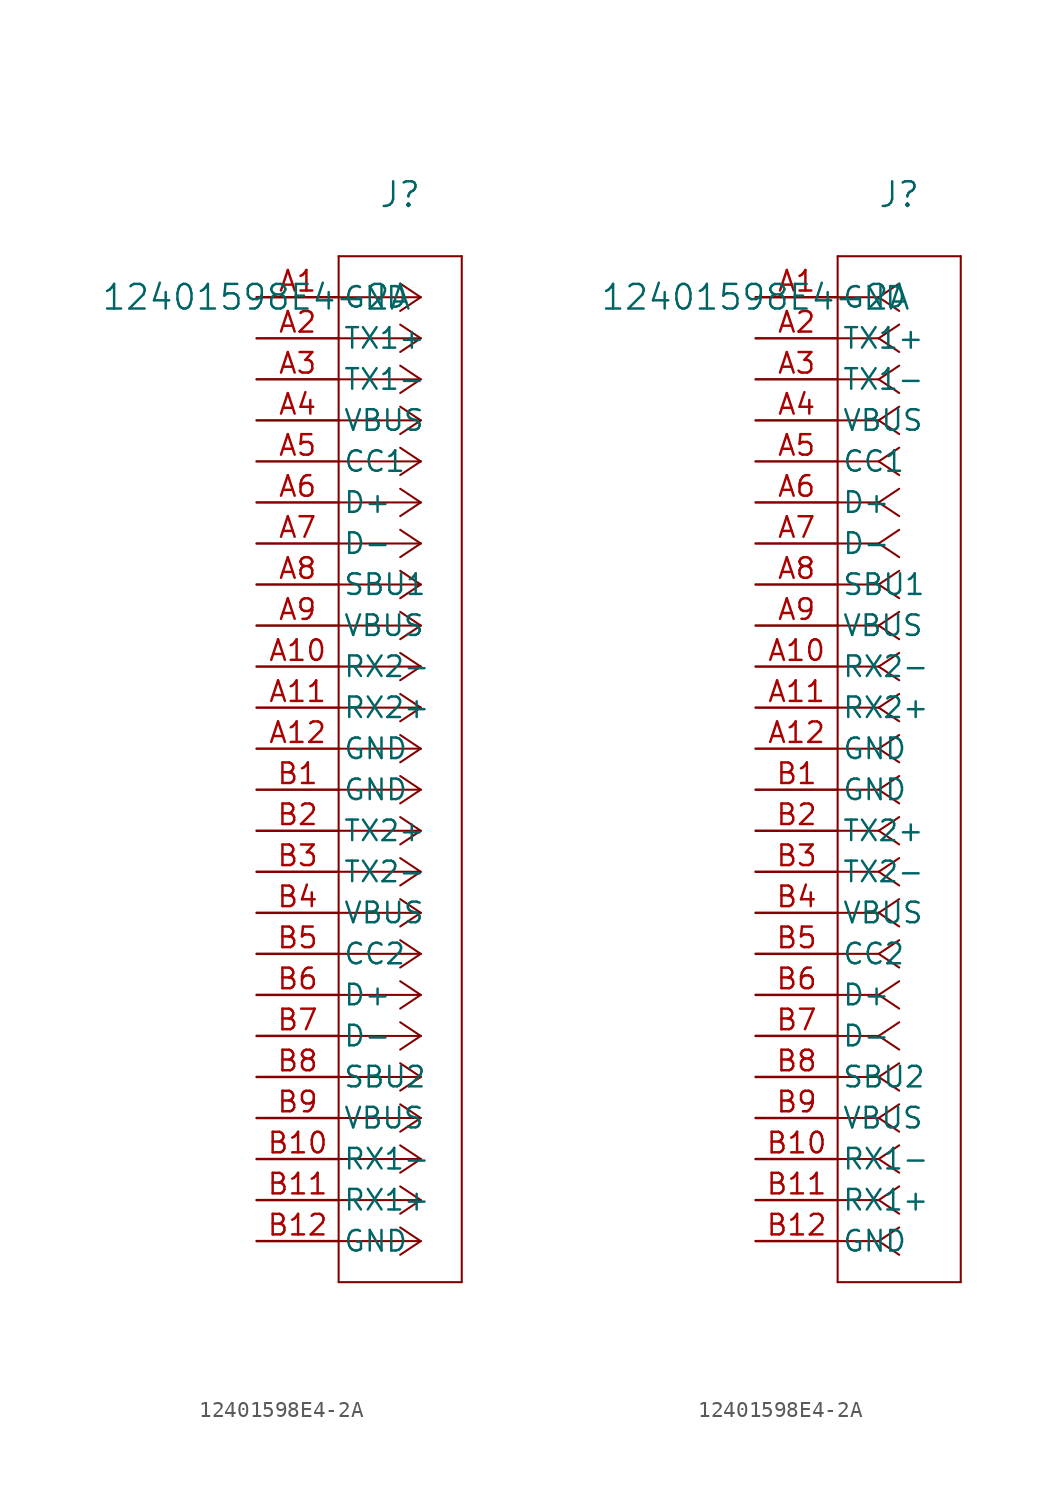
<source format=kicad_sym>
(kicad_symbol_lib
  (version 20211014)
  (generator kicad_symbol_editor)
  (symbol "12401598E4-2A"
    (pin_names
      (offset 0.254))
    (property "Reference" "J"
      (at 8.89 6.35 0)
      (effects (font (size 1.524 1.524))))
    (property "Value" "12401598E4-2A"
      (at 0 0 0)
      (effects (font (size 1.524 1.524))))
    (symbol "12401598E4-2A_1_1"
      (polyline (pts (xy 10.16 0) (xy 5.08 0)) (stroke (width 0.127) (type default) (color 0 0 0 0)) (fill (type none)))
      (polyline (pts (xy 10.16 -2.54) (xy 5.08 -2.54)) (stroke (width 0.127) (type default) (color 0 0 0 0)) (fill (type none)))
      (polyline (pts (xy 10.16 -5.08) (xy 5.08 -5.08)) (stroke (width 0.127) (type default) (color 0 0 0 0)) (fill (type none)))
      (polyline (pts (xy 10.16 -7.62) (xy 5.08 -7.62)) (stroke (width 0.127) (type default) (color 0 0 0 0)) (fill (type none)))
      (polyline (pts (xy 10.16 -10.16) (xy 5.08 -10.16)) (stroke (width 0.127) (type default) (color 0 0 0 0)) (fill (type none)))
      (polyline (pts (xy 10.16 -12.7) (xy 5.08 -12.7)) (stroke (width 0.127) (type default) (color 0 0 0 0)) (fill (type none)))
      (polyline (pts (xy 10.16 -15.24) (xy 5.08 -15.24)) (stroke (width 0.127) (type default) (color 0 0 0 0)) (fill (type none)))
      (polyline (pts (xy 10.16 -17.78) (xy 5.08 -17.78)) (stroke (width 0.127) (type default) (color 0 0 0 0)) (fill (type none)))
      (polyline (pts (xy 10.16 -20.32) (xy 5.08 -20.32)) (stroke (width 0.127) (type default) (color 0 0 0 0)) (fill (type none)))
      (polyline (pts (xy 10.16 -22.86) (xy 5.08 -22.86)) (stroke (width 0.127) (type default) (color 0 0 0 0)) (fill (type none)))
      (polyline (pts (xy 10.16 -25.4) (xy 5.08 -25.4)) (stroke (width 0.127) (type default) (color 0 0 0 0)) (fill (type none)))
      (polyline (pts (xy 10.16 -27.94) (xy 5.08 -27.94)) (stroke (width 0.127) (type default) (color 0 0 0 0)) (fill (type none)))
      (polyline (pts (xy 10.16 -30.48) (xy 5.08 -30.48)) (stroke (width 0.127) (type default) (color 0 0 0 0)) (fill (type none)))
      (polyline (pts (xy 10.16 -33.02) (xy 5.08 -33.02)) (stroke (width 0.127) (type default) (color 0 0 0 0)) (fill (type none)))
      (polyline (pts (xy 10.16 -35.56) (xy 5.08 -35.56)) (stroke (width 0.127) (type default) (color 0 0 0 0)) (fill (type none)))
      (polyline (pts (xy 10.16 -38.1) (xy 5.08 -38.1)) (stroke (width 0.127) (type default) (color 0 0 0 0)) (fill (type none)))
      (polyline (pts (xy 10.16 -40.64) (xy 5.08 -40.64)) (stroke (width 0.127) (type default) (color 0 0 0 0)) (fill (type none)))
      (polyline (pts (xy 10.16 -43.18) (xy 5.08 -43.18)) (stroke (width 0.127) (type default) (color 0 0 0 0)) (fill (type none)))
      (polyline (pts (xy 10.16 -45.72) (xy 5.08 -45.72)) (stroke (width 0.127) (type default) (color 0 0 0 0)) (fill (type none)))
      (polyline (pts (xy 10.16 -48.26) (xy 5.08 -48.26)) (stroke (width 0.127) (type default) (color 0 0 0 0)) (fill (type none)))
      (polyline (pts (xy 10.16 -50.8) (xy 5.08 -50.8)) (stroke (width 0.127) (type default) (color 0 0 0 0)) (fill (type none)))
      (polyline (pts (xy 10.16 -53.34) (xy 5.08 -53.34)) (stroke (width 0.127) (type default) (color 0 0 0 0)) (fill (type none)))
      (polyline (pts (xy 10.16 -55.88) (xy 5.08 -55.88)) (stroke (width 0.127) (type default) (color 0 0 0 0)) (fill (type none)))
      (polyline (pts (xy 10.16 -58.42) (xy 5.08 -58.42)) (stroke (width 0.127) (type default) (color 0 0 0 0)) (fill (type none)))
      (polyline (pts (xy 10.16 0) (xy 8.89 0.847)) (stroke (width 0.127) (type default) (color 0 0 0 0)) (fill (type none)))
      (polyline (pts (xy 10.16 -2.54) (xy 8.89 -1.693)) (stroke (width 0.127) (type default) (color 0 0 0 0)) (fill (type none)))
      (polyline (pts (xy 10.16 -5.08) (xy 8.89 -4.233)) (stroke (width 0.127) (type default) (color 0 0 0 0)) (fill (type none)))
      (polyline (pts (xy 10.16 -7.62) (xy 8.89 -6.773)) (stroke (width 0.127) (type default) (color 0 0 0 0)) (fill (type none)))
      (polyline (pts (xy 10.16 -10.16) (xy 8.89 -9.313)) (stroke (width 0.127) (type default) (color 0 0 0 0)) (fill (type none)))
      (polyline (pts (xy 10.16 -12.7) (xy 8.89 -11.853)) (stroke (width 0.127) (type default) (color 0 0 0 0)) (fill (type none)))
      (polyline (pts (xy 10.16 -15.24) (xy 8.89 -14.393)) (stroke (width 0.127) (type default) (color 0 0 0 0)) (fill (type none)))
      (polyline (pts (xy 10.16 -17.78) (xy 8.89 -16.933)) (stroke (width 0.127) (type default) (color 0 0 0 0)) (fill (type none)))
      (polyline (pts (xy 10.16 -20.32) (xy 8.89 -19.473)) (stroke (width 0.127) (type default) (color 0 0 0 0)) (fill (type none)))
      (polyline (pts (xy 10.16 -22.86) (xy 8.89 -22.013)) (stroke (width 0.127) (type default) (color 0 0 0 0)) (fill (type none)))
      (polyline (pts (xy 10.16 -25.4) (xy 8.89 -24.553)) (stroke (width 0.127) (type default) (color 0 0 0 0)) (fill (type none)))
      (polyline (pts (xy 10.16 -27.94) (xy 8.89 -27.093)) (stroke (width 0.127) (type default) (color 0 0 0 0)) (fill (type none)))
      (polyline (pts (xy 10.16 -30.48) (xy 8.89 -29.633)) (stroke (width 0.127) (type default) (color 0 0 0 0)) (fill (type none)))
      (polyline (pts (xy 10.16 -33.02) (xy 8.89 -32.173)) (stroke (width 0.127) (type default) (color 0 0 0 0)) (fill (type none)))
      (polyline (pts (xy 10.16 -35.56) (xy 8.89 -34.713)) (stroke (width 0.127) (type default) (color 0 0 0 0)) (fill (type none)))
      (polyline (pts (xy 10.16 -38.1) (xy 8.89 -37.253)) (stroke (width 0.127) (type default) (color 0 0 0 0)) (fill (type none)))
      (polyline (pts (xy 10.16 -40.64) (xy 8.89 -39.793)) (stroke (width 0.127) (type default) (color 0 0 0 0)) (fill (type none)))
      (polyline (pts (xy 10.16 -43.18) (xy 8.89 -42.333)) (stroke (width 0.127) (type default) (color 0 0 0 0)) (fill (type none)))
      (polyline (pts (xy 10.16 -45.72) (xy 8.89 -44.873)) (stroke (width 0.127) (type default) (color 0 0 0 0)) (fill (type none)))
      (polyline (pts (xy 10.16 -48.26) (xy 8.89 -47.413)) (stroke (width 0.127) (type default) (color 0 0 0 0)) (fill (type none)))
      (polyline (pts (xy 10.16 -50.8) (xy 8.89 -49.953)) (stroke (width 0.127) (type default) (color 0 0 0 0)) (fill (type none)))
      (polyline (pts (xy 10.16 -53.34) (xy 8.89 -52.493)) (stroke (width 0.127) (type default) (color 0 0 0 0)) (fill (type none)))
      (polyline (pts (xy 10.16 -55.88) (xy 8.89 -55.033)) (stroke (width 0.127) (type default) (color 0 0 0 0)) (fill (type none)))
      (polyline (pts (xy 10.16 -58.42) (xy 8.89 -57.573)) (stroke (width 0.127) (type default) (color 0 0 0 0)) (fill (type none)))
      (polyline (pts (xy 10.16 0) (xy 8.89 -0.847)) (stroke (width 0.127) (type default) (color 0 0 0 0)) (fill (type none)))
      (polyline (pts (xy 10.16 -2.54) (xy 8.89 -3.387)) (stroke (width 0.127) (type default) (color 0 0 0 0)) (fill (type none)))
      (polyline (pts (xy 10.16 -5.08) (xy 8.89 -5.927)) (stroke (width 0.127) (type default) (color 0 0 0 0)) (fill (type none)))
      (polyline (pts (xy 10.16 -7.62) (xy 8.89 -8.467)) (stroke (width 0.127) (type default) (color 0 0 0 0)) (fill (type none)))
      (polyline (pts (xy 10.16 -10.16) (xy 8.89 -11.007)) (stroke (width 0.127) (type default) (color 0 0 0 0)) (fill (type none)))
      (polyline (pts (xy 10.16 -12.7) (xy 8.89 -13.547)) (stroke (width 0.127) (type default) (color 0 0 0 0)) (fill (type none)))
      (polyline (pts (xy 10.16 -15.24) (xy 8.89 -16.087)) (stroke (width 0.127) (type default) (color 0 0 0 0)) (fill (type none)))
      (polyline (pts (xy 10.16 -17.78) (xy 8.89 -18.627)) (stroke (width 0.127) (type default) (color 0 0 0 0)) (fill (type none)))
      (polyline (pts (xy 10.16 -20.32) (xy 8.89 -21.167)) (stroke (width 0.127) (type default) (color 0 0 0 0)) (fill (type none)))
      (polyline (pts (xy 10.16 -22.86) (xy 8.89 -23.707)) (stroke (width 0.127) (type default) (color 0 0 0 0)) (fill (type none)))
      (polyline (pts (xy 10.16 -25.4) (xy 8.89 -26.247)) (stroke (width 0.127) (type default) (color 0 0 0 0)) (fill (type none)))
      (polyline (pts (xy 10.16 -27.94) (xy 8.89 -28.787)) (stroke (width 0.127) (type default) (color 0 0 0 0)) (fill (type none)))
      (polyline (pts (xy 10.16 -30.48) (xy 8.89 -31.327)) (stroke (width 0.127) (type default) (color 0 0 0 0)) (fill (type none)))
      (polyline (pts (xy 10.16 -33.02) (xy 8.89 -33.867)) (stroke (width 0.127) (type default) (color 0 0 0 0)) (fill (type none)))
      (polyline (pts (xy 10.16 -35.56) (xy 8.89 -36.407)) (stroke (width 0.127) (type default) (color 0 0 0 0)) (fill (type none)))
      (polyline (pts (xy 10.16 -38.1) (xy 8.89 -38.947)) (stroke (width 0.127) (type default) (color 0 0 0 0)) (fill (type none)))
      (polyline (pts (xy 10.16 -40.64) (xy 8.89 -41.487)) (stroke (width 0.127) (type default) (color 0 0 0 0)) (fill (type none)))
      (polyline (pts (xy 10.16 -43.18) (xy 8.89 -44.027)) (stroke (width 0.127) (type default) (color 0 0 0 0)) (fill (type none)))
      (polyline (pts (xy 10.16 -45.72) (xy 8.89 -46.567)) (stroke (width 0.127) (type default) (color 0 0 0 0)) (fill (type none)))
      (polyline (pts (xy 10.16 -48.26) (xy 8.89 -49.107)) (stroke (width 0.127) (type default) (color 0 0 0 0)) (fill (type none)))
      (polyline (pts (xy 10.16 -50.8) (xy 8.89 -51.647)) (stroke (width 0.127) (type default) (color 0 0 0 0)) (fill (type none)))
      (polyline (pts (xy 10.16 -53.34) (xy 8.89 -54.187)) (stroke (width 0.127) (type default) (color 0 0 0 0)) (fill (type none)))
      (polyline (pts (xy 10.16 -55.88) (xy 8.89 -56.727)) (stroke (width 0.127) (type default) (color 0 0 0 0)) (fill (type none)))
      (polyline (pts (xy 10.16 -58.42) (xy 8.89 -59.267)) (stroke (width 0.127) (type default) (color 0 0 0 0)) (fill (type none)))
      (polyline (pts (xy 5.08 2.54) (xy 5.08 -60.96)) (stroke (width 0.127) (type default) (color 0 0 0 0)) (fill (type none)))
      (polyline (pts (xy 5.08 -60.96) (xy 12.7 -60.96)) (stroke (width 0.127) (type default) (color 0 0 0 0)) (fill (type none)))
      (polyline (pts (xy 12.7 -60.96) (xy 12.7 2.54)) (stroke (width 0.127) (type default) (color 0 0 0 0)) (fill (type none)))
      (polyline (pts (xy 12.7 2.54) (xy 5.08 2.54)) (stroke (width 0.127) (type default) (color 0 0 0 0)) (fill (type none)))
      (pin power_out line (at 0 0 0) (length 5.08) (name "GND" (effects (font (size 1.27 1.27)))) (number "A1" (effects (font (size 1.27 1.27)))))
      (pin bidirectional line (at 0 -2.54 0) (length 5.08) (name "TX1+" (effects (font (size 1.27 1.27)))) (number "A2" (effects (font (size 1.27 1.27)))))
      (pin bidirectional line (at 0 -5.08 0) (length 5.08) (name "TX1-" (effects (font (size 1.27 1.27)))) (number "A3" (effects (font (size 1.27 1.27)))))
      (pin power_in line (at 0 -7.62 0) (length 5.08) (name "VBUS" (effects (font (size 1.27 1.27)))) (number "A4" (effects (font (size 1.27 1.27)))))
      (pin bidirectional line (at 0 -10.16 0) (length 5.08) (name "CC1" (effects (font (size 1.27 1.27)))) (number "A5" (effects (font (size 1.27 1.27)))))
      (pin bidirectional line (at 0 -12.7 0) (length 5.08) (name "D+" (effects (font (size 1.27 1.27)))) (number "A6" (effects (font (size 1.27 1.27)))))
      (pin bidirectional line (at 0 -15.24 0) (length 5.08) (name "D-" (effects (font (size 1.27 1.27)))) (number "A7" (effects (font (size 1.27 1.27)))))
      (pin bidirectional line (at 0 -17.78 0) (length 5.08) (name "SBU1" (effects (font (size 1.27 1.27)))) (number "A8" (effects (font (size 1.27 1.27)))))
      (pin power_in line (at 0 -20.32 0) (length 5.08) (name "VBUS" (effects (font (size 1.27 1.27)))) (number "A9" (effects (font (size 1.27 1.27)))))
      (pin bidirectional line (at 0 -22.86 0) (length 5.08) (name "RX2-" (effects (font (size 1.27 1.27)))) (number "A10" (effects (font (size 1.27 1.27)))))
      (pin bidirectional line (at 0 -25.4 0) (length 5.08) (name "RX2+" (effects (font (size 1.27 1.27)))) (number "A11" (effects (font (size 1.27 1.27)))))
      (pin power_out line (at 0 -27.94 0) (length 5.08) (name "GND" (effects (font (size 1.27 1.27)))) (number "A12" (effects (font (size 1.27 1.27)))))
      (pin power_out line (at 0 -30.48 0) (length 5.08) (name "GND" (effects (font (size 1.27 1.27)))) (number "B1" (effects (font (size 1.27 1.27)))))
      (pin bidirectional line (at 0 -33.02 0) (length 5.08) (name "TX2+" (effects (font (size 1.27 1.27)))) (number "B2" (effects (font (size 1.27 1.27)))))
      (pin bidirectional line (at 0 -35.56 0) (length 5.08) (name "TX2-" (effects (font (size 1.27 1.27)))) (number "B3" (effects (font (size 1.27 1.27)))))
      (pin power_in line (at 0 -38.1 0) (length 5.08) (name "VBUS" (effects (font (size 1.27 1.27)))) (number "B4" (effects (font (size 1.27 1.27)))))
      (pin bidirectional line (at 0 -40.64 0) (length 5.08) (name "CC2" (effects (font (size 1.27 1.27)))) (number "B5" (effects (font (size 1.27 1.27)))))
      (pin bidirectional line (at 0 -43.18 0) (length 5.08) (name "D+" (effects (font (size 1.27 1.27)))) (number "B6" (effects (font (size 1.27 1.27)))))
      (pin bidirectional line (at 0 -45.72 0) (length 5.08) (name "D-" (effects (font (size 1.27 1.27)))) (number "B7" (effects (font (size 1.27 1.27)))))
      (pin bidirectional line (at 0 -48.26 0) (length 5.08) (name "SBU2" (effects (font (size 1.27 1.27)))) (number "B8" (effects (font (size 1.27 1.27)))))
      (pin power_in line (at 0 -50.8 0) (length 5.08) (name "VBUS" (effects (font (size 1.27 1.27)))) (number "B9" (effects (font (size 1.27 1.27)))))
      (pin bidirectional line (at 0 -53.34 0) (length 5.08) (name "RX1-" (effects (font (size 1.27 1.27)))) (number "B10" (effects (font (size 1.27 1.27)))))
      (pin bidirectional line (at 0 -55.88 0) (length 5.08) (name "RX1+" (effects (font (size 1.27 1.27)))) (number "B11" (effects (font (size 1.27 1.27)))))
      (pin power_out line (at 0 -58.42 0) (length 5.08) (name "GND" (effects (font (size 1.27 1.27)))) (number "B12" (effects (font (size 1.27 1.27))))))
    (symbol "12401598E4-2A_1_2"
      (polyline (pts (xy 7.62 0) (xy 5.08 0)) (stroke (width 0.127) (type default) (color 0 0 0 0)) (fill (type none)))
      (polyline (pts (xy 7.62 -2.54) (xy 5.08 -2.54)) (stroke (width 0.127) (type default) (color 0 0 0 0)) (fill (type none)))
      (polyline (pts (xy 7.62 -5.08) (xy 5.08 -5.08)) (stroke (width 0.127) (type default) (color 0 0 0 0)) (fill (type none)))
      (polyline (pts (xy 7.62 -7.62) (xy 5.08 -7.62)) (stroke (width 0.127) (type default) (color 0 0 0 0)) (fill (type none)))
      (polyline (pts (xy 7.62 -10.16) (xy 5.08 -10.16)) (stroke (width 0.127) (type default) (color 0 0 0 0)) (fill (type none)))
      (polyline (pts (xy 7.62 -12.7) (xy 5.08 -12.7)) (stroke (width 0.127) (type default) (color 0 0 0 0)) (fill (type none)))
      (polyline (pts (xy 7.62 -15.24) (xy 5.08 -15.24)) (stroke (width 0.127) (type default) (color 0 0 0 0)) (fill (type none)))
      (polyline (pts (xy 7.62 -17.78) (xy 5.08 -17.78)) (stroke (width 0.127) (type default) (color 0 0 0 0)) (fill (type none)))
      (polyline (pts (xy 7.62 -20.32) (xy 5.08 -20.32)) (stroke (width 0.127) (type default) (color 0 0 0 0)) (fill (type none)))
      (polyline (pts (xy 7.62 -22.86) (xy 5.08 -22.86)) (stroke (width 0.127) (type default) (color 0 0 0 0)) (fill (type none)))
      (polyline (pts (xy 7.62 -25.4) (xy 5.08 -25.4)) (stroke (width 0.127) (type default) (color 0 0 0 0)) (fill (type none)))
      (polyline (pts (xy 7.62 -27.94) (xy 5.08 -27.94)) (stroke (width 0.127) (type default) (color 0 0 0 0)) (fill (type none)))
      (polyline (pts (xy 7.62 -30.48) (xy 5.08 -30.48)) (stroke (width 0.127) (type default) (color 0 0 0 0)) (fill (type none)))
      (polyline (pts (xy 7.62 -33.02) (xy 5.08 -33.02)) (stroke (width 0.127) (type default) (color 0 0 0 0)) (fill (type none)))
      (polyline (pts (xy 7.62 -35.56) (xy 5.08 -35.56)) (stroke (width 0.127) (type default) (color 0 0 0 0)) (fill (type none)))
      (polyline (pts (xy 7.62 -38.1) (xy 5.08 -38.1)) (stroke (width 0.127) (type default) (color 0 0 0 0)) (fill (type none)))
      (polyline (pts (xy 7.62 -40.64) (xy 5.08 -40.64)) (stroke (width 0.127) (type default) (color 0 0 0 0)) (fill (type none)))
      (polyline (pts (xy 7.62 -43.18) (xy 5.08 -43.18)) (stroke (width 0.127) (type default) (color 0 0 0 0)) (fill (type none)))
      (polyline (pts (xy 7.62 -45.72) (xy 5.08 -45.72)) (stroke (width 0.127) (type default) (color 0 0 0 0)) (fill (type none)))
      (polyline (pts (xy 7.62 -48.26) (xy 5.08 -48.26)) (stroke (width 0.127) (type default) (color 0 0 0 0)) (fill (type none)))
      (polyline (pts (xy 7.62 -50.8) (xy 5.08 -50.8)) (stroke (width 0.127) (type default) (color 0 0 0 0)) (fill (type none)))
      (polyline (pts (xy 7.62 -53.34) (xy 5.08 -53.34)) (stroke (width 0.127) (type default) (color 0 0 0 0)) (fill (type none)))
      (polyline (pts (xy 7.62 -55.88) (xy 5.08 -55.88)) (stroke (width 0.127) (type default) (color 0 0 0 0)) (fill (type none)))
      (polyline (pts (xy 7.62 -58.42) (xy 5.08 -58.42)) (stroke (width 0.127) (type default) (color 0 0 0 0)) (fill (type none)))
      (polyline (pts (xy 7.62 0) (xy 8.89 0.847)) (stroke (width 0.127) (type default) (color 0 0 0 0)) (fill (type none)))
      (polyline (pts (xy 7.62 -2.54) (xy 8.89 -1.693)) (stroke (width 0.127) (type default) (color 0 0 0 0)) (fill (type none)))
      (polyline (pts (xy 7.62 -5.08) (xy 8.89 -4.233)) (stroke (width 0.127) (type default) (color 0 0 0 0)) (fill (type none)))
      (polyline (pts (xy 7.62 -7.62) (xy 8.89 -6.773)) (stroke (width 0.127) (type default) (color 0 0 0 0)) (fill (type none)))
      (polyline (pts (xy 7.62 -10.16) (xy 8.89 -9.313)) (stroke (width 0.127) (type default) (color 0 0 0 0)) (fill (type none)))
      (polyline (pts (xy 7.62 -12.7) (xy 8.89 -11.853)) (stroke (width 0.127) (type default) (color 0 0 0 0)) (fill (type none)))
      (polyline (pts (xy 7.62 -15.24) (xy 8.89 -14.393)) (stroke (width 0.127) (type default) (color 0 0 0 0)) (fill (type none)))
      (polyline (pts (xy 7.62 -17.78) (xy 8.89 -16.933)) (stroke (width 0.127) (type default) (color 0 0 0 0)) (fill (type none)))
      (polyline (pts (xy 7.62 -20.32) (xy 8.89 -19.473)) (stroke (width 0.127) (type default) (color 0 0 0 0)) (fill (type none)))
      (polyline (pts (xy 7.62 -22.86) (xy 8.89 -22.013)) (stroke (width 0.127) (type default) (color 0 0 0 0)) (fill (type none)))
      (polyline (pts (xy 7.62 -25.4) (xy 8.89 -24.553)) (stroke (width 0.127) (type default) (color 0 0 0 0)) (fill (type none)))
      (polyline (pts (xy 7.62 -27.94) (xy 8.89 -27.093)) (stroke (width 0.127) (type default) (color 0 0 0 0)) (fill (type none)))
      (polyline (pts (xy 7.62 -30.48) (xy 8.89 -29.633)) (stroke (width 0.127) (type default) (color 0 0 0 0)) (fill (type none)))
      (polyline (pts (xy 7.62 -33.02) (xy 8.89 -32.173)) (stroke (width 0.127) (type default) (color 0 0 0 0)) (fill (type none)))
      (polyline (pts (xy 7.62 -35.56) (xy 8.89 -34.713)) (stroke (width 0.127) (type default) (color 0 0 0 0)) (fill (type none)))
      (polyline (pts (xy 7.62 -38.1) (xy 8.89 -37.253)) (stroke (width 0.127) (type default) (color 0 0 0 0)) (fill (type none)))
      (polyline (pts (xy 7.62 -40.64) (xy 8.89 -39.793)) (stroke (width 0.127) (type default) (color 0 0 0 0)) (fill (type none)))
      (polyline (pts (xy 7.62 -43.18) (xy 8.89 -42.333)) (stroke (width 0.127) (type default) (color 0 0 0 0)) (fill (type none)))
      (polyline (pts (xy 7.62 -45.72) (xy 8.89 -44.873)) (stroke (width 0.127) (type default) (color 0 0 0 0)) (fill (type none)))
      (polyline (pts (xy 7.62 -48.26) (xy 8.89 -47.413)) (stroke (width 0.127) (type default) (color 0 0 0 0)) (fill (type none)))
      (polyline (pts (xy 7.62 -50.8) (xy 8.89 -49.953)) (stroke (width 0.127) (type default) (color 0 0 0 0)) (fill (type none)))
      (polyline (pts (xy 7.62 -53.34) (xy 8.89 -52.493)) (stroke (width 0.127) (type default) (color 0 0 0 0)) (fill (type none)))
      (polyline (pts (xy 7.62 -55.88) (xy 8.89 -55.033)) (stroke (width 0.127) (type default) (color 0 0 0 0)) (fill (type none)))
      (polyline (pts (xy 7.62 -58.42) (xy 8.89 -57.573)) (stroke (width 0.127) (type default) (color 0 0 0 0)) (fill (type none)))
      (polyline (pts (xy 7.62 0) (xy 8.89 -0.847)) (stroke (width 0.127) (type default) (color 0 0 0 0)) (fill (type none)))
      (polyline (pts (xy 7.62 -2.54) (xy 8.89 -3.387)) (stroke (width 0.127) (type default) (color 0 0 0 0)) (fill (type none)))
      (polyline (pts (xy 7.62 -5.08) (xy 8.89 -5.927)) (stroke (width 0.127) (type default) (color 0 0 0 0)) (fill (type none)))
      (polyline (pts (xy 7.62 -7.62) (xy 8.89 -8.467)) (stroke (width 0.127) (type default) (color 0 0 0 0)) (fill (type none)))
      (polyline (pts (xy 7.62 -10.16) (xy 8.89 -11.007)) (stroke (width 0.127) (type default) (color 0 0 0 0)) (fill (type none)))
      (polyline (pts (xy 7.62 -12.7) (xy 8.89 -13.547)) (stroke (width 0.127) (type default) (color 0 0 0 0)) (fill (type none)))
      (polyline (pts (xy 7.62 -15.24) (xy 8.89 -16.087)) (stroke (width 0.127) (type default) (color 0 0 0 0)) (fill (type none)))
      (polyline (pts (xy 7.62 -17.78) (xy 8.89 -18.627)) (stroke (width 0.127) (type default) (color 0 0 0 0)) (fill (type none)))
      (polyline (pts (xy 7.62 -20.32) (xy 8.89 -21.167)) (stroke (width 0.127) (type default) (color 0 0 0 0)) (fill (type none)))
      (polyline (pts (xy 7.62 -22.86) (xy 8.89 -23.707)) (stroke (width 0.127) (type default) (color 0 0 0 0)) (fill (type none)))
      (polyline (pts (xy 7.62 -25.4) (xy 8.89 -26.247)) (stroke (width 0.127) (type default) (color 0 0 0 0)) (fill (type none)))
      (polyline (pts (xy 7.62 -27.94) (xy 8.89 -28.787)) (stroke (width 0.127) (type default) (color 0 0 0 0)) (fill (type none)))
      (polyline (pts (xy 7.62 -30.48) (xy 8.89 -31.327)) (stroke (width 0.127) (type default) (color 0 0 0 0)) (fill (type none)))
      (polyline (pts (xy 7.62 -33.02) (xy 8.89 -33.867)) (stroke (width 0.127) (type default) (color 0 0 0 0)) (fill (type none)))
      (polyline (pts (xy 7.62 -35.56) (xy 8.89 -36.407)) (stroke (width 0.127) (type default) (color 0 0 0 0)) (fill (type none)))
      (polyline (pts (xy 7.62 -38.1) (xy 8.89 -38.947)) (stroke (width 0.127) (type default) (color 0 0 0 0)) (fill (type none)))
      (polyline (pts (xy 7.62 -40.64) (xy 8.89 -41.487)) (stroke (width 0.127) (type default) (color 0 0 0 0)) (fill (type none)))
      (polyline (pts (xy 7.62 -43.18) (xy 8.89 -44.027)) (stroke (width 0.127) (type default) (color 0 0 0 0)) (fill (type none)))
      (polyline (pts (xy 7.62 -45.72) (xy 8.89 -46.567)) (stroke (width 0.127) (type default) (color 0 0 0 0)) (fill (type none)))
      (polyline (pts (xy 7.62 -48.26) (xy 8.89 -49.107)) (stroke (width 0.127) (type default) (color 0 0 0 0)) (fill (type none)))
      (polyline (pts (xy 7.62 -50.8) (xy 8.89 -51.647)) (stroke (width 0.127) (type default) (color 0 0 0 0)) (fill (type none)))
      (polyline (pts (xy 7.62 -53.34) (xy 8.89 -54.187)) (stroke (width 0.127) (type default) (color 0 0 0 0)) (fill (type none)))
      (polyline (pts (xy 7.62 -55.88) (xy 8.89 -56.727)) (stroke (width 0.127) (type default) (color 0 0 0 0)) (fill (type none)))
      (polyline (pts (xy 7.62 -58.42) (xy 8.89 -59.267)) (stroke (width 0.127) (type default) (color 0 0 0 0)) (fill (type none)))
      (polyline (pts (xy 5.08 2.54) (xy 5.08 -60.96)) (stroke (width 0.127) (type default) (color 0 0 0 0)) (fill (type none)))
      (polyline (pts (xy 5.08 -60.96) (xy 12.7 -60.96)) (stroke (width 0.127) (type default) (color 0 0 0 0)) (fill (type none)))
      (polyline (pts (xy 12.7 -60.96) (xy 12.7 2.54)) (stroke (width 0.127) (type default) (color 0 0 0 0)) (fill (type none)))
      (polyline (pts (xy 12.7 2.54) (xy 5.08 2.54)) (stroke (width 0.127) (type default) (color 0 0 0 0)) (fill (type none)))
      (pin power_out line (at 0 0 0) (length 5.08) (name "GND" (effects (font (size 1.27 1.27)))) (number "A1" (effects (font (size 1.27 1.27)))))
      (pin bidirectional line (at 0 -2.54 0) (length 5.08) (name "TX1+" (effects (font (size 1.27 1.27)))) (number "A2" (effects (font (size 1.27 1.27)))))
      (pin bidirectional line (at 0 -5.08 0) (length 5.08) (name "TX1-" (effects (font (size 1.27 1.27)))) (number "A3" (effects (font (size 1.27 1.27)))))
      (pin power_in line (at 0 -7.62 0) (length 5.08) (name "VBUS" (effects (font (size 1.27 1.27)))) (number "A4" (effects (font (size 1.27 1.27)))))
      (pin bidirectional line (at 0 -10.16 0) (length 5.08) (name "CC1" (effects (font (size 1.27 1.27)))) (number "A5" (effects (font (size 1.27 1.27)))))
      (pin bidirectional line (at 0 -12.7 0) (length 5.08) (name "D+" (effects (font (size 1.27 1.27)))) (number "A6" (effects (font (size 1.27 1.27)))))
      (pin bidirectional line (at 0 -15.24 0) (length 5.08) (name "D-" (effects (font (size 1.27 1.27)))) (number "A7" (effects (font (size 1.27 1.27)))))
      (pin bidirectional line (at 0 -17.78 0) (length 5.08) (name "SBU1" (effects (font (size 1.27 1.27)))) (number "A8" (effects (font (size 1.27 1.27)))))
      (pin power_in line (at 0 -20.32 0) (length 5.08) (name "VBUS" (effects (font (size 1.27 1.27)))) (number "A9" (effects (font (size 1.27 1.27)))))
      (pin bidirectional line (at 0 -22.86 0) (length 5.08) (name "RX2-" (effects (font (size 1.27 1.27)))) (number "A10" (effects (font (size 1.27 1.27)))))
      (pin bidirectional line (at 0 -25.4 0) (length 5.08) (name "RX2+" (effects (font (size 1.27 1.27)))) (number "A11" (effects (font (size 1.27 1.27)))))
      (pin power_out line (at 0 -27.94 0) (length 5.08) (name "GND" (effects (font (size 1.27 1.27)))) (number "A12" (effects (font (size 1.27 1.27)))))
      (pin power_out line (at 0 -30.48 0) (length 5.08) (name "GND" (effects (font (size 1.27 1.27)))) (number "B1" (effects (font (size 1.27 1.27)))))
      (pin bidirectional line (at 0 -33.02 0) (length 5.08) (name "TX2+" (effects (font (size 1.27 1.27)))) (number "B2" (effects (font (size 1.27 1.27)))))
      (pin bidirectional line (at 0 -35.56 0) (length 5.08) (name "TX2-" (effects (font (size 1.27 1.27)))) (number "B3" (effects (font (size 1.27 1.27)))))
      (pin power_in line (at 0 -38.1 0) (length 5.08) (name "VBUS" (effects (font (size 1.27 1.27)))) (number "B4" (effects (font (size 1.27 1.27)))))
      (pin bidirectional line (at 0 -40.64 0) (length 5.08) (name "CC2" (effects (font (size 1.27 1.27)))) (number "B5" (effects (font (size 1.27 1.27)))))
      (pin bidirectional line (at 0 -43.18 0) (length 5.08) (name "D+" (effects (font (size 1.27 1.27)))) (number "B6" (effects (font (size 1.27 1.27)))))
      (pin bidirectional line (at 0 -45.72 0) (length 5.08) (name "D-" (effects (font (size 1.27 1.27)))) (number "B7" (effects (font (size 1.27 1.27)))))
      (pin bidirectional line (at 0 -48.26 0) (length 5.08) (name "SBU2" (effects (font (size 1.27 1.27)))) (number "B8" (effects (font (size 1.27 1.27)))))
      (pin power_in line (at 0 -50.8 0) (length 5.08) (name "VBUS" (effects (font (size 1.27 1.27)))) (number "B9" (effects (font (size 1.27 1.27)))))
      (pin bidirectional line (at 0 -53.34 0) (length 5.08) (name "RX1-" (effects (font (size 1.27 1.27)))) (number "B10" (effects (font (size 1.27 1.27)))))
      (pin bidirectional line (at 0 -55.88 0) (length 5.08) (name "RX1+" (effects (font (size 1.27 1.27)))) (number "B11" (effects (font (size 1.27 1.27)))))
      (pin power_out line (at 0 -58.42 0) (length 5.08) (name "GND" (effects (font (size 1.27 1.27)))) (number "B12" (effects (font (size 1.27 1.27))))))))
</source>
